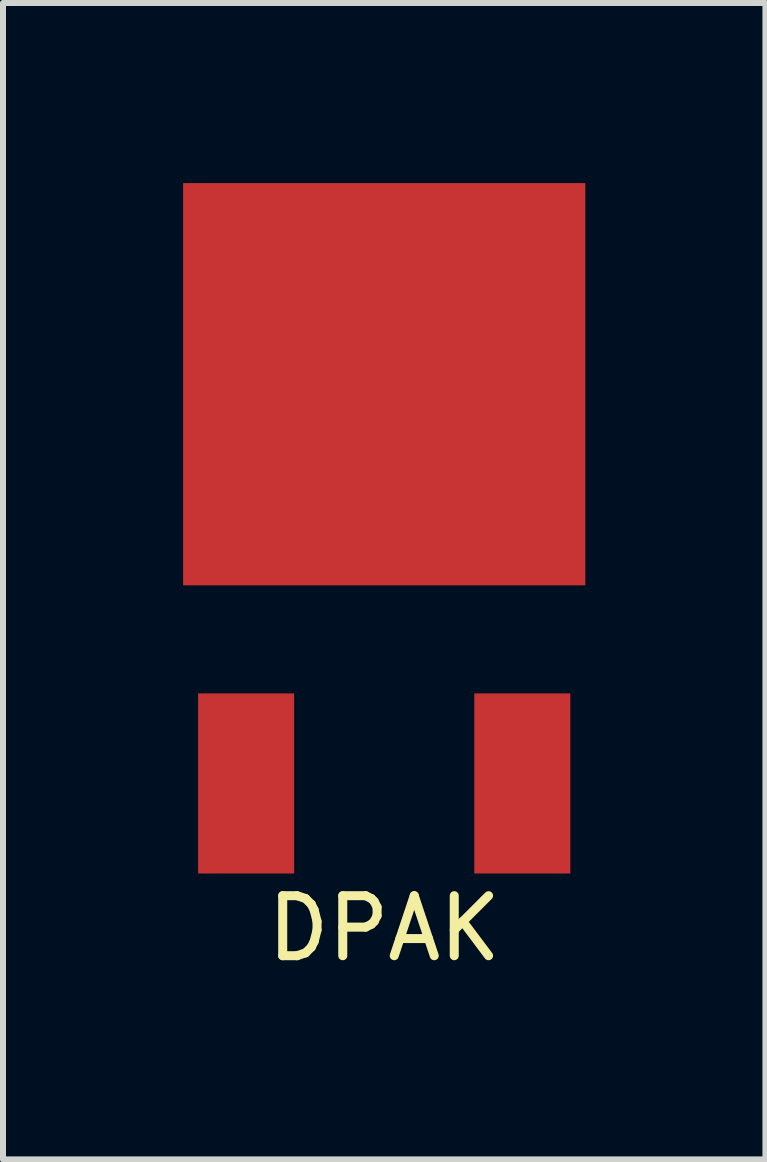
<source format=kicad_pcb>
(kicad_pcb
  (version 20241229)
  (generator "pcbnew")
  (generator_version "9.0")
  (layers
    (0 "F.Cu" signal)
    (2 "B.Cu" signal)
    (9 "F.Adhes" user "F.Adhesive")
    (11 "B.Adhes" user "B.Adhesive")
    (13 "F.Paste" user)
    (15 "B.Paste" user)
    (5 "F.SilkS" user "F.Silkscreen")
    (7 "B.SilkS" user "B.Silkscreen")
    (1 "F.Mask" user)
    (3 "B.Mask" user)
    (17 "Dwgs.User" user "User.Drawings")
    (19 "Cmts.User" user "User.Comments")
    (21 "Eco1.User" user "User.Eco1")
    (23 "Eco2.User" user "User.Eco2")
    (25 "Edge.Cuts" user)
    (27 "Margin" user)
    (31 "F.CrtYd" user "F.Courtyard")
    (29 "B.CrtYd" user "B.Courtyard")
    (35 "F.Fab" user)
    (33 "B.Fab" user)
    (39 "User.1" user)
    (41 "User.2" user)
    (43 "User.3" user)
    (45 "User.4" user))
  (footprint "DPAK"
    (layer "F.Cu")
    (at 3.35 6.7)
    (property "Reference" "DPAK" (at 0 5.715 0) (layer "F.SilkS") (effects (font (size 1 1) (thickness 0.15))))
    (attr through_hole)
    (pad "1" smd rect (at -2.3 3.3) (size 1.6 3) (layers "F.Cu" "F.Mask" "F.Paste"))
    (pad "2" smd rect (at 0 -3.35) (size 6.7 6.7) (layers "F.Cu" "F.Mask" "F.Paste"))
    (pad "3" smd rect (at 2.3 3.3) (size 1.6 3) (layers "F.Cu" "F.Mask" "F.Paste")))
  (gr_rect
    (start -3 -3)
    (end 9.7 16.263)
    (stroke (width 0.1) (type default))
    (fill no)
    (layer "Edge.Cuts")))
</source>
